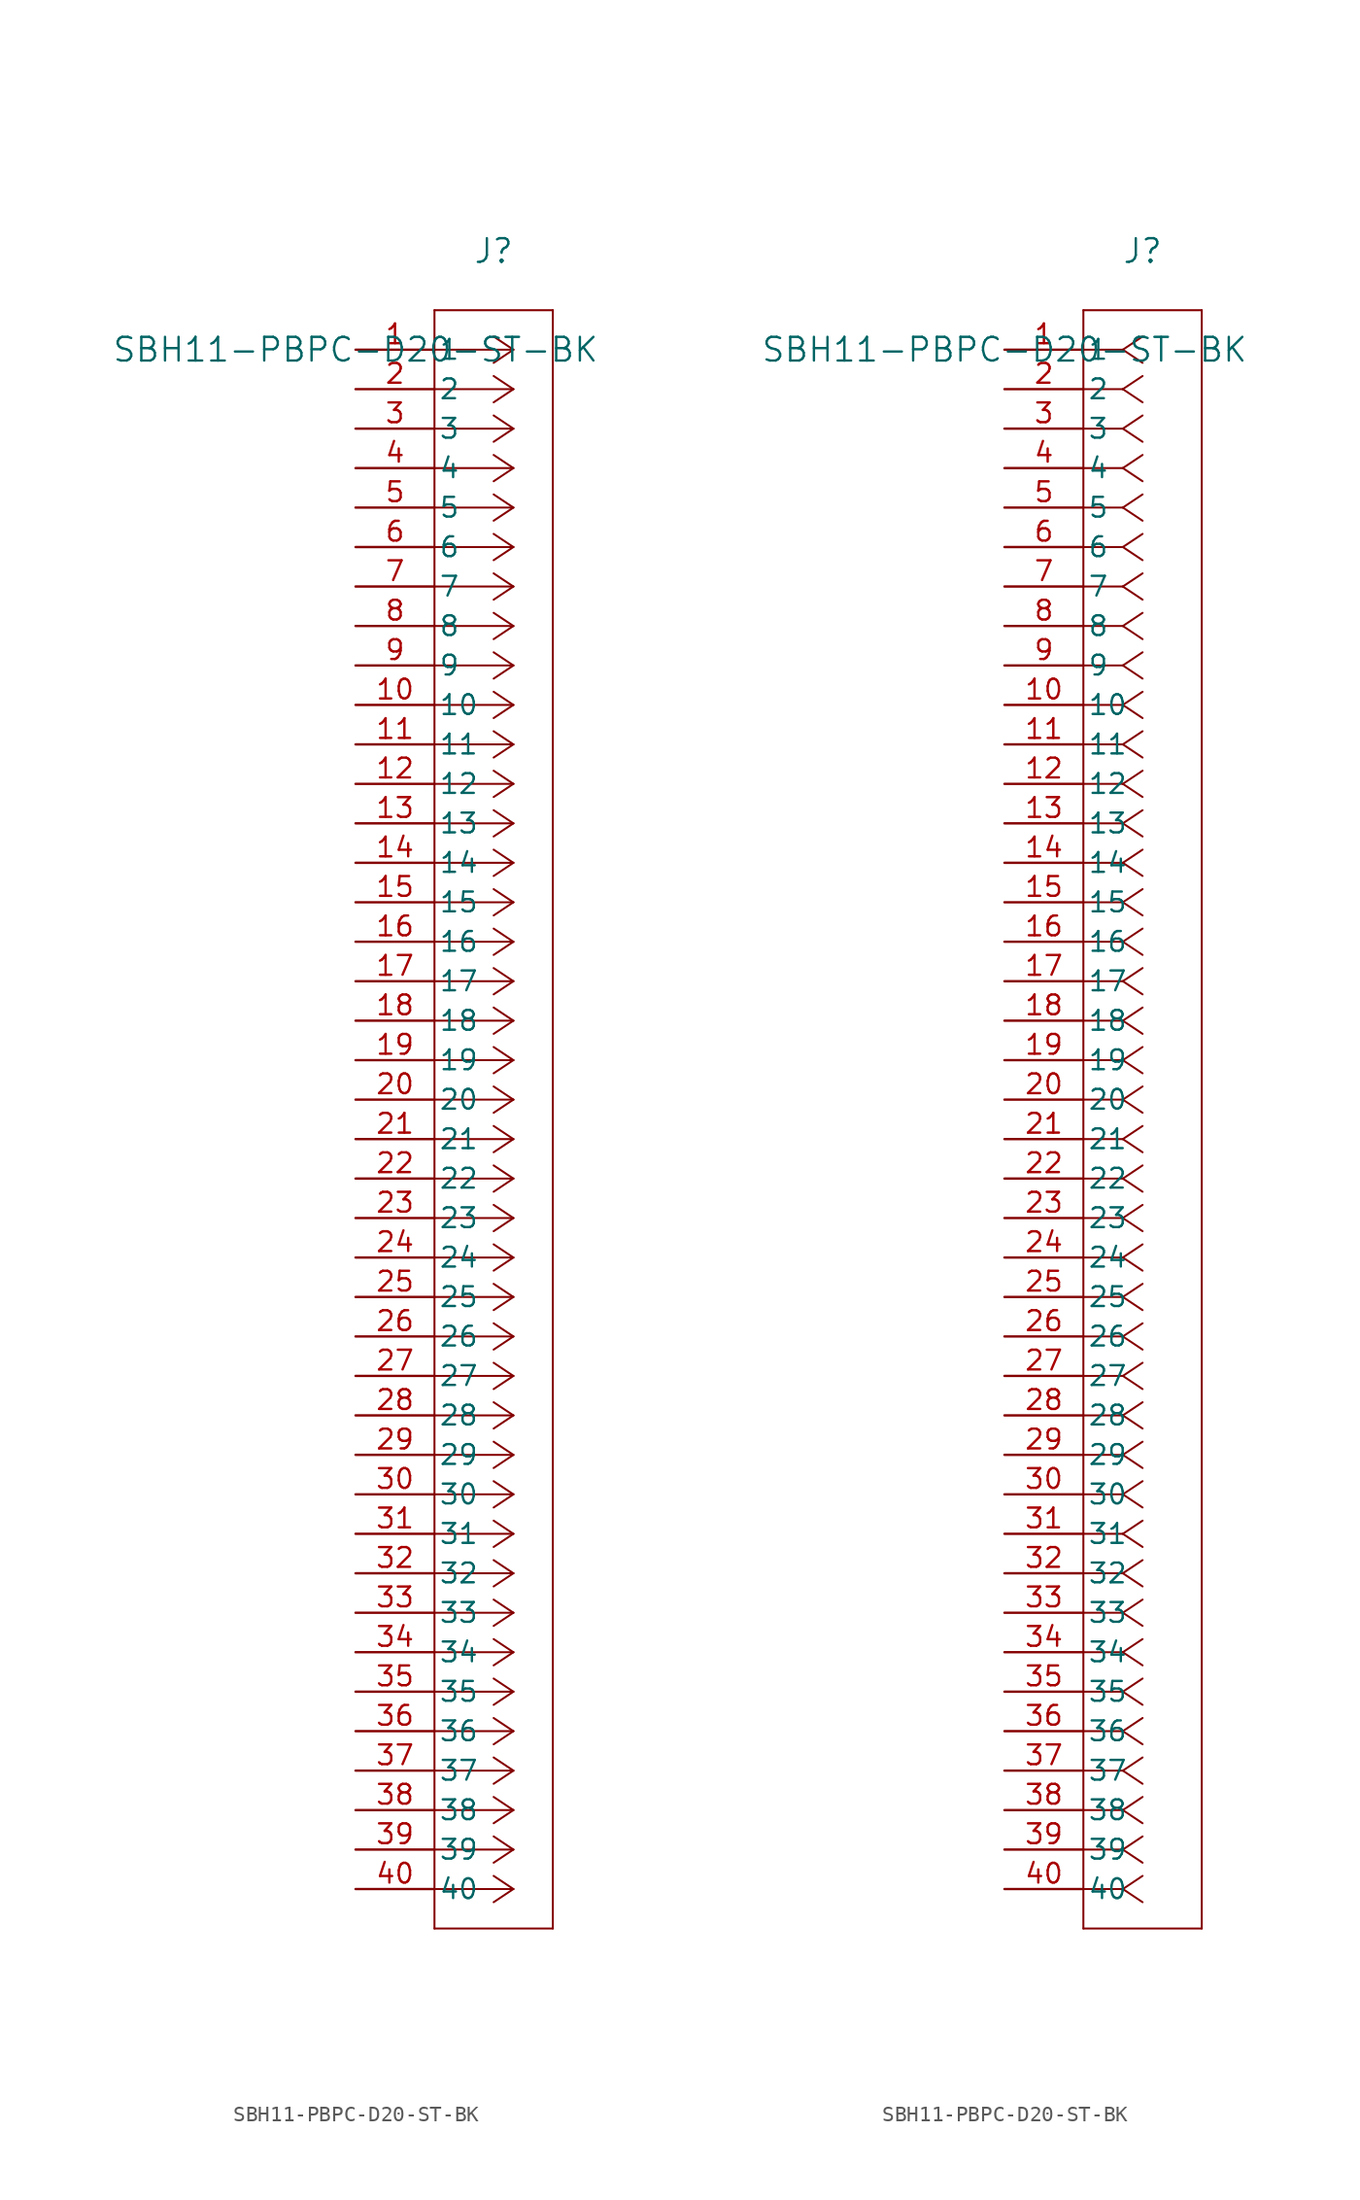
<source format=kicad_sym>
(kicad_symbol_lib
  (version 20231120)
  (generator "kicad_symbol_editor")
  (generator_version "8.0")
  (symbol "SBH11-PBPC-D20-ST-BK"
    (pin_names
      (offset 0.254))
    (property "Reference" "J"
      (at 8.89 6.35 0)
      (effects (font (size 1.524 1.524))))
    (property "Value" "SBH11-PBPC-D20-ST-BK"
      (at 0 0 0)
      (effects (font (size 1.524 1.524))))
    (property "ki_locked" ""
      (at 0 0 0)
      (effects (font (size 1.27 1.27))))
    (symbol "SBH11-PBPC-D20-ST-BK_1_1"
      (polyline (pts (xy 5.08 -101.6) (xy 12.7 -101.6)) (stroke (width 0.127) (type default)) (fill (type none)))
      (polyline (pts (xy 5.08 2.54) (xy 5.08 -101.6)) (stroke (width 0.127) (type default)) (fill (type none)))
      (polyline (pts (xy 10.16 -99.06) (xy 5.08 -99.06)) (stroke (width 0.127) (type default)) (fill (type none)))
      (polyline (pts (xy 10.16 -99.06) (xy 8.89 -99.907)) (stroke (width 0.127) (type default)) (fill (type none)))
      (polyline (pts (xy 10.16 -99.06) (xy 8.89 -98.213)) (stroke (width 0.127) (type default)) (fill (type none)))
      (polyline (pts (xy 10.16 -96.52) (xy 5.08 -96.52)) (stroke (width 0.127) (type default)) (fill (type none)))
      (polyline (pts (xy 10.16 -96.52) (xy 8.89 -97.367)) (stroke (width 0.127) (type default)) (fill (type none)))
      (polyline (pts (xy 10.16 -96.52) (xy 8.89 -95.673)) (stroke (width 0.127) (type default)) (fill (type none)))
      (polyline (pts (xy 10.16 -93.98) (xy 5.08 -93.98)) (stroke (width 0.127) (type default)) (fill (type none)))
      (polyline (pts (xy 10.16 -93.98) (xy 8.89 -94.827)) (stroke (width 0.127) (type default)) (fill (type none)))
      (polyline (pts (xy 10.16 -93.98) (xy 8.89 -93.133)) (stroke (width 0.127) (type default)) (fill (type none)))
      (polyline (pts (xy 10.16 -91.44) (xy 5.08 -91.44)) (stroke (width 0.127) (type default)) (fill (type none)))
      (polyline (pts (xy 10.16 -91.44) (xy 8.89 -92.287)) (stroke (width 0.127) (type default)) (fill (type none)))
      (polyline (pts (xy 10.16 -91.44) (xy 8.89 -90.593)) (stroke (width 0.127) (type default)) (fill (type none)))
      (polyline (pts (xy 10.16 -88.9) (xy 5.08 -88.9)) (stroke (width 0.127) (type default)) (fill (type none)))
      (polyline (pts (xy 10.16 -88.9) (xy 8.89 -89.747)) (stroke (width 0.127) (type default)) (fill (type none)))
      (polyline (pts (xy 10.16 -88.9) (xy 8.89 -88.053)) (stroke (width 0.127) (type default)) (fill (type none)))
      (polyline (pts (xy 10.16 -86.36) (xy 5.08 -86.36)) (stroke (width 0.127) (type default)) (fill (type none)))
      (polyline (pts (xy 10.16 -86.36) (xy 8.89 -87.207)) (stroke (width 0.127) (type default)) (fill (type none)))
      (polyline (pts (xy 10.16 -86.36) (xy 8.89 -85.513)) (stroke (width 0.127) (type default)) (fill (type none)))
      (polyline (pts (xy 10.16 -83.82) (xy 5.08 -83.82)) (stroke (width 0.127) (type default)) (fill (type none)))
      (polyline (pts (xy 10.16 -83.82) (xy 8.89 -84.667)) (stroke (width 0.127) (type default)) (fill (type none)))
      (polyline (pts (xy 10.16 -83.82) (xy 8.89 -82.973)) (stroke (width 0.127) (type default)) (fill (type none)))
      (polyline (pts (xy 10.16 -81.28) (xy 5.08 -81.28)) (stroke (width 0.127) (type default)) (fill (type none)))
      (polyline (pts (xy 10.16 -81.28) (xy 8.89 -82.127)) (stroke (width 0.127) (type default)) (fill (type none)))
      (polyline (pts (xy 10.16 -81.28) (xy 8.89 -80.433)) (stroke (width 0.127) (type default)) (fill (type none)))
      (polyline (pts (xy 10.16 -78.74) (xy 5.08 -78.74)) (stroke (width 0.127) (type default)) (fill (type none)))
      (polyline (pts (xy 10.16 -78.74) (xy 8.89 -79.587)) (stroke (width 0.127) (type default)) (fill (type none)))
      (polyline (pts (xy 10.16 -78.74) (xy 8.89 -77.893)) (stroke (width 0.127) (type default)) (fill (type none)))
      (polyline (pts (xy 10.16 -76.2) (xy 5.08 -76.2)) (stroke (width 0.127) (type default)) (fill (type none)))
      (polyline (pts (xy 10.16 -76.2) (xy 8.89 -77.047)) (stroke (width 0.127) (type default)) (fill (type none)))
      (polyline (pts (xy 10.16 -76.2) (xy 8.89 -75.353)) (stroke (width 0.127) (type default)) (fill (type none)))
      (polyline (pts (xy 10.16 -73.66) (xy 5.08 -73.66)) (stroke (width 0.127) (type default)) (fill (type none)))
      (polyline (pts (xy 10.16 -73.66) (xy 8.89 -74.507)) (stroke (width 0.127) (type default)) (fill (type none)))
      (polyline (pts (xy 10.16 -73.66) (xy 8.89 -72.813)) (stroke (width 0.127) (type default)) (fill (type none)))
      (polyline (pts (xy 10.16 -71.12) (xy 5.08 -71.12)) (stroke (width 0.127) (type default)) (fill (type none)))
      (polyline (pts (xy 10.16 -71.12) (xy 8.89 -71.967)) (stroke (width 0.127) (type default)) (fill (type none)))
      (polyline (pts (xy 10.16 -71.12) (xy 8.89 -70.273)) (stroke (width 0.127) (type default)) (fill (type none)))
      (polyline (pts (xy 10.16 -68.58) (xy 5.08 -68.58)) (stroke (width 0.127) (type default)) (fill (type none)))
      (polyline (pts (xy 10.16 -68.58) (xy 8.89 -69.427)) (stroke (width 0.127) (type default)) (fill (type none)))
      (polyline (pts (xy 10.16 -68.58) (xy 8.89 -67.733)) (stroke (width 0.127) (type default)) (fill (type none)))
      (polyline (pts (xy 10.16 -66.04) (xy 5.08 -66.04)) (stroke (width 0.127) (type default)) (fill (type none)))
      (polyline (pts (xy 10.16 -66.04) (xy 8.89 -66.887)) (stroke (width 0.127) (type default)) (fill (type none)))
      (polyline (pts (xy 10.16 -66.04) (xy 8.89 -65.193)) (stroke (width 0.127) (type default)) (fill (type none)))
      (polyline (pts (xy 10.16 -63.5) (xy 5.08 -63.5)) (stroke (width 0.127) (type default)) (fill (type none)))
      (polyline (pts (xy 10.16 -63.5) (xy 8.89 -64.347)) (stroke (width 0.127) (type default)) (fill (type none)))
      (polyline (pts (xy 10.16 -63.5) (xy 8.89 -62.653)) (stroke (width 0.127) (type default)) (fill (type none)))
      (polyline (pts (xy 10.16 -60.96) (xy 5.08 -60.96)) (stroke (width 0.127) (type default)) (fill (type none)))
      (polyline (pts (xy 10.16 -60.96) (xy 8.89 -61.807)) (stroke (width 0.127) (type default)) (fill (type none)))
      (polyline (pts (xy 10.16 -60.96) (xy 8.89 -60.113)) (stroke (width 0.127) (type default)) (fill (type none)))
      (polyline (pts (xy 10.16 -58.42) (xy 5.08 -58.42)) (stroke (width 0.127) (type default)) (fill (type none)))
      (polyline (pts (xy 10.16 -58.42) (xy 8.89 -59.267)) (stroke (width 0.127) (type default)) (fill (type none)))
      (polyline (pts (xy 10.16 -58.42) (xy 8.89 -57.573)) (stroke (width 0.127) (type default)) (fill (type none)))
      (polyline (pts (xy 10.16 -55.88) (xy 5.08 -55.88)) (stroke (width 0.127) (type default)) (fill (type none)))
      (polyline (pts (xy 10.16 -55.88) (xy 8.89 -56.727)) (stroke (width 0.127) (type default)) (fill (type none)))
      (polyline (pts (xy 10.16 -55.88) (xy 8.89 -55.033)) (stroke (width 0.127) (type default)) (fill (type none)))
      (polyline (pts (xy 10.16 -53.34) (xy 5.08 -53.34)) (stroke (width 0.127) (type default)) (fill (type none)))
      (polyline (pts (xy 10.16 -53.34) (xy 8.89 -54.187)) (stroke (width 0.127) (type default)) (fill (type none)))
      (polyline (pts (xy 10.16 -53.34) (xy 8.89 -52.493)) (stroke (width 0.127) (type default)) (fill (type none)))
      (polyline (pts (xy 10.16 -50.8) (xy 5.08 -50.8)) (stroke (width 0.127) (type default)) (fill (type none)))
      (polyline (pts (xy 10.16 -50.8) (xy 8.89 -51.647)) (stroke (width 0.127) (type default)) (fill (type none)))
      (polyline (pts (xy 10.16 -50.8) (xy 8.89 -49.953)) (stroke (width 0.127) (type default)) (fill (type none)))
      (polyline (pts (xy 10.16 -48.26) (xy 5.08 -48.26)) (stroke (width 0.127) (type default)) (fill (type none)))
      (polyline (pts (xy 10.16 -48.26) (xy 8.89 -49.107)) (stroke (width 0.127) (type default)) (fill (type none)))
      (polyline (pts (xy 10.16 -48.26) (xy 8.89 -47.413)) (stroke (width 0.127) (type default)) (fill (type none)))
      (polyline (pts (xy 10.16 -45.72) (xy 5.08 -45.72)) (stroke (width 0.127) (type default)) (fill (type none)))
      (polyline (pts (xy 10.16 -45.72) (xy 8.89 -46.567)) (stroke (width 0.127) (type default)) (fill (type none)))
      (polyline (pts (xy 10.16 -45.72) (xy 8.89 -44.873)) (stroke (width 0.127) (type default)) (fill (type none)))
      (polyline (pts (xy 10.16 -43.18) (xy 5.08 -43.18)) (stroke (width 0.127) (type default)) (fill (type none)))
      (polyline (pts (xy 10.16 -43.18) (xy 8.89 -44.027)) (stroke (width 0.127) (type default)) (fill (type none)))
      (polyline (pts (xy 10.16 -43.18) (xy 8.89 -42.333)) (stroke (width 0.127) (type default)) (fill (type none)))
      (polyline (pts (xy 10.16 -40.64) (xy 5.08 -40.64)) (stroke (width 0.127) (type default)) (fill (type none)))
      (polyline (pts (xy 10.16 -40.64) (xy 8.89 -41.487)) (stroke (width 0.127) (type default)) (fill (type none)))
      (polyline (pts (xy 10.16 -40.64) (xy 8.89 -39.793)) (stroke (width 0.127) (type default)) (fill (type none)))
      (polyline (pts (xy 10.16 -38.1) (xy 5.08 -38.1)) (stroke (width 0.127) (type default)) (fill (type none)))
      (polyline (pts (xy 10.16 -38.1) (xy 8.89 -38.947)) (stroke (width 0.127) (type default)) (fill (type none)))
      (polyline (pts (xy 10.16 -38.1) (xy 8.89 -37.253)) (stroke (width 0.127) (type default)) (fill (type none)))
      (polyline (pts (xy 10.16 -35.56) (xy 5.08 -35.56)) (stroke (width 0.127) (type default)) (fill (type none)))
      (polyline (pts (xy 10.16 -35.56) (xy 8.89 -36.407)) (stroke (width 0.127) (type default)) (fill (type none)))
      (polyline (pts (xy 10.16 -35.56) (xy 8.89 -34.713)) (stroke (width 0.127) (type default)) (fill (type none)))
      (polyline (pts (xy 10.16 -33.02) (xy 5.08 -33.02)) (stroke (width 0.127) (type default)) (fill (type none)))
      (polyline (pts (xy 10.16 -33.02) (xy 8.89 -33.867)) (stroke (width 0.127) (type default)) (fill (type none)))
      (polyline (pts (xy 10.16 -33.02) (xy 8.89 -32.173)) (stroke (width 0.127) (type default)) (fill (type none)))
      (polyline (pts (xy 10.16 -30.48) (xy 5.08 -30.48)) (stroke (width 0.127) (type default)) (fill (type none)))
      (polyline (pts (xy 10.16 -30.48) (xy 8.89 -31.327)) (stroke (width 0.127) (type default)) (fill (type none)))
      (polyline (pts (xy 10.16 -30.48) (xy 8.89 -29.633)) (stroke (width 0.127) (type default)) (fill (type none)))
      (polyline (pts (xy 10.16 -27.94) (xy 5.08 -27.94)) (stroke (width 0.127) (type default)) (fill (type none)))
      (polyline (pts (xy 10.16 -27.94) (xy 8.89 -28.787)) (stroke (width 0.127) (type default)) (fill (type none)))
      (polyline (pts (xy 10.16 -27.94) (xy 8.89 -27.093)) (stroke (width 0.127) (type default)) (fill (type none)))
      (polyline (pts (xy 10.16 -25.4) (xy 5.08 -25.4)) (stroke (width 0.127) (type default)) (fill (type none)))
      (polyline (pts (xy 10.16 -25.4) (xy 8.89 -26.247)) (stroke (width 0.127) (type default)) (fill (type none)))
      (polyline (pts (xy 10.16 -25.4) (xy 8.89 -24.553)) (stroke (width 0.127) (type default)) (fill (type none)))
      (polyline (pts (xy 10.16 -22.86) (xy 5.08 -22.86)) (stroke (width 0.127) (type default)) (fill (type none)))
      (polyline (pts (xy 10.16 -22.86) (xy 8.89 -23.707)) (stroke (width 0.127) (type default)) (fill (type none)))
      (polyline (pts (xy 10.16 -22.86) (xy 8.89 -22.013)) (stroke (width 0.127) (type default)) (fill (type none)))
      (polyline (pts (xy 10.16 -20.32) (xy 5.08 -20.32)) (stroke (width 0.127) (type default)) (fill (type none)))
      (polyline (pts (xy 10.16 -20.32) (xy 8.89 -21.167)) (stroke (width 0.127) (type default)) (fill (type none)))
      (polyline (pts (xy 10.16 -20.32) (xy 8.89 -19.473)) (stroke (width 0.127) (type default)) (fill (type none)))
      (polyline (pts (xy 10.16 -17.78) (xy 5.08 -17.78)) (stroke (width 0.127) (type default)) (fill (type none)))
      (polyline (pts (xy 10.16 -17.78) (xy 8.89 -18.627)) (stroke (width 0.127) (type default)) (fill (type none)))
      (polyline (pts (xy 10.16 -17.78) (xy 8.89 -16.933)) (stroke (width 0.127) (type default)) (fill (type none)))
      (polyline (pts (xy 10.16 -15.24) (xy 5.08 -15.24)) (stroke (width 0.127) (type default)) (fill (type none)))
      (polyline (pts (xy 10.16 -15.24) (xy 8.89 -16.087)) (stroke (width 0.127) (type default)) (fill (type none)))
      (polyline (pts (xy 10.16 -15.24) (xy 8.89 -14.393)) (stroke (width 0.127) (type default)) (fill (type none)))
      (polyline (pts (xy 10.16 -12.7) (xy 5.08 -12.7)) (stroke (width 0.127) (type default)) (fill (type none)))
      (polyline (pts (xy 10.16 -12.7) (xy 8.89 -13.547)) (stroke (width 0.127) (type default)) (fill (type none)))
      (polyline (pts (xy 10.16 -12.7) (xy 8.89 -11.853)) (stroke (width 0.127) (type default)) (fill (type none)))
      (polyline (pts (xy 10.16 -10.16) (xy 5.08 -10.16)) (stroke (width 0.127) (type default)) (fill (type none)))
      (polyline (pts (xy 10.16 -10.16) (xy 8.89 -11.007)) (stroke (width 0.127) (type default)) (fill (type none)))
      (polyline (pts (xy 10.16 -10.16) (xy 8.89 -9.313)) (stroke (width 0.127) (type default)) (fill (type none)))
      (polyline (pts (xy 10.16 -7.62) (xy 5.08 -7.62)) (stroke (width 0.127) (type default)) (fill (type none)))
      (polyline (pts (xy 10.16 -7.62) (xy 8.89 -8.467)) (stroke (width 0.127) (type default)) (fill (type none)))
      (polyline (pts (xy 10.16 -7.62) (xy 8.89 -6.773)) (stroke (width 0.127) (type default)) (fill (type none)))
      (polyline (pts (xy 10.16 -5.08) (xy 5.08 -5.08)) (stroke (width 0.127) (type default)) (fill (type none)))
      (polyline (pts (xy 10.16 -5.08) (xy 8.89 -5.927)) (stroke (width 0.127) (type default)) (fill (type none)))
      (polyline (pts (xy 10.16 -5.08) (xy 8.89 -4.233)) (stroke (width 0.127) (type default)) (fill (type none)))
      (polyline (pts (xy 10.16 -2.54) (xy 5.08 -2.54)) (stroke (width 0.127) (type default)) (fill (type none)))
      (polyline (pts (xy 10.16 -2.54) (xy 8.89 -3.387)) (stroke (width 0.127) (type default)) (fill (type none)))
      (polyline (pts (xy 10.16 -2.54) (xy 8.89 -1.693)) (stroke (width 0.127) (type default)) (fill (type none)))
      (polyline (pts (xy 10.16 0) (xy 5.08 0)) (stroke (width 0.127) (type default)) (fill (type none)))
      (polyline (pts (xy 10.16 0) (xy 8.89 -0.847)) (stroke (width 0.127) (type default)) (fill (type none)))
      (polyline (pts (xy 10.16 0) (xy 8.89 0.847)) (stroke (width 0.127) (type default)) (fill (type none)))
      (polyline (pts (xy 12.7 -101.6) (xy 12.7 2.54)) (stroke (width 0.127) (type default)) (fill (type none)))
      (polyline (pts (xy 12.7 2.54) (xy 5.08 2.54)) (stroke (width 0.127) (type default)) (fill (type none)))
      (pin unspecified line (at 0 0 0) (length 5.08) (name "1" (effects (font (size 1.27 1.27)))) (number "1" (effects (font (size 1.27 1.27)))))
      (pin unspecified line (at 0 -22.86 0) (length 5.08) (name "10" (effects (font (size 1.27 1.27)))) (number "10" (effects (font (size 1.27 1.27)))))
      (pin unspecified line (at 0 -25.4 0) (length 5.08) (name "11" (effects (font (size 1.27 1.27)))) (number "11" (effects (font (size 1.27 1.27)))))
      (pin unspecified line (at 0 -27.94 0) (length 5.08) (name "12" (effects (font (size 1.27 1.27)))) (number "12" (effects (font (size 1.27 1.27)))))
      (pin unspecified line (at 0 -30.48 0) (length 5.08) (name "13" (effects (font (size 1.27 1.27)))) (number "13" (effects (font (size 1.27 1.27)))))
      (pin unspecified line (at 0 -33.02 0) (length 5.08) (name "14" (effects (font (size 1.27 1.27)))) (number "14" (effects (font (size 1.27 1.27)))))
      (pin unspecified line (at 0 -35.56 0) (length 5.08) (name "15" (effects (font (size 1.27 1.27)))) (number "15" (effects (font (size 1.27 1.27)))))
      (pin unspecified line (at 0 -38.1 0) (length 5.08) (name "16" (effects (font (size 1.27 1.27)))) (number "16" (effects (font (size 1.27 1.27)))))
      (pin unspecified line (at 0 -40.64 0) (length 5.08) (name "17" (effects (font (size 1.27 1.27)))) (number "17" (effects (font (size 1.27 1.27)))))
      (pin unspecified line (at 0 -43.18 0) (length 5.08) (name "18" (effects (font (size 1.27 1.27)))) (number "18" (effects (font (size 1.27 1.27)))))
      (pin unspecified line (at 0 -45.72 0) (length 5.08) (name "19" (effects (font (size 1.27 1.27)))) (number "19" (effects (font (size 1.27 1.27)))))
      (pin unspecified line (at 0 -2.54 0) (length 5.08) (name "2" (effects (font (size 1.27 1.27)))) (number "2" (effects (font (size 1.27 1.27)))))
      (pin unspecified line (at 0 -48.26 0) (length 5.08) (name "20" (effects (font (size 1.27 1.27)))) (number "20" (effects (font (size 1.27 1.27)))))
      (pin unspecified line (at 0 -50.8 0) (length 5.08) (name "21" (effects (font (size 1.27 1.27)))) (number "21" (effects (font (size 1.27 1.27)))))
      (pin unspecified line (at 0 -53.34 0) (length 5.08) (name "22" (effects (font (size 1.27 1.27)))) (number "22" (effects (font (size 1.27 1.27)))))
      (pin unspecified line (at 0 -55.88 0) (length 5.08) (name "23" (effects (font (size 1.27 1.27)))) (number "23" (effects (font (size 1.27 1.27)))))
      (pin unspecified line (at 0 -58.42 0) (length 5.08) (name "24" (effects (font (size 1.27 1.27)))) (number "24" (effects (font (size 1.27 1.27)))))
      (pin unspecified line (at 0 -60.96 0) (length 5.08) (name "25" (effects (font (size 1.27 1.27)))) (number "25" (effects (font (size 1.27 1.27)))))
      (pin unspecified line (at 0 -63.5 0) (length 5.08) (name "26" (effects (font (size 1.27 1.27)))) (number "26" (effects (font (size 1.27 1.27)))))
      (pin unspecified line (at 0 -66.04 0) (length 5.08) (name "27" (effects (font (size 1.27 1.27)))) (number "27" (effects (font (size 1.27 1.27)))))
      (pin unspecified line (at 0 -68.58 0) (length 5.08) (name "28" (effects (font (size 1.27 1.27)))) (number "28" (effects (font (size 1.27 1.27)))))
      (pin unspecified line (at 0 -71.12 0) (length 5.08) (name "29" (effects (font (size 1.27 1.27)))) (number "29" (effects (font (size 1.27 1.27)))))
      (pin unspecified line (at 0 -5.08 0) (length 5.08) (name "3" (effects (font (size 1.27 1.27)))) (number "3" (effects (font (size 1.27 1.27)))))
      (pin unspecified line (at 0 -73.66 0) (length 5.08) (name "30" (effects (font (size 1.27 1.27)))) (number "30" (effects (font (size 1.27 1.27)))))
      (pin unspecified line (at 0 -76.2 0) (length 5.08) (name "31" (effects (font (size 1.27 1.27)))) (number "31" (effects (font (size 1.27 1.27)))))
      (pin unspecified line (at 0 -78.74 0) (length 5.08) (name "32" (effects (font (size 1.27 1.27)))) (number "32" (effects (font (size 1.27 1.27)))))
      (pin unspecified line (at 0 -81.28 0) (length 5.08) (name "33" (effects (font (size 1.27 1.27)))) (number "33" (effects (font (size 1.27 1.27)))))
      (pin unspecified line (at 0 -83.82 0) (length 5.08) (name "34" (effects (font (size 1.27 1.27)))) (number "34" (effects (font (size 1.27 1.27)))))
      (pin unspecified line (at 0 -86.36 0) (length 5.08) (name "35" (effects (font (size 1.27 1.27)))) (number "35" (effects (font (size 1.27 1.27)))))
      (pin unspecified line (at 0 -88.9 0) (length 5.08) (name "36" (effects (font (size 1.27 1.27)))) (number "36" (effects (font (size 1.27 1.27)))))
      (pin unspecified line (at 0 -91.44 0) (length 5.08) (name "37" (effects (font (size 1.27 1.27)))) (number "37" (effects (font (size 1.27 1.27)))))
      (pin unspecified line (at 0 -93.98 0) (length 5.08) (name "38" (effects (font (size 1.27 1.27)))) (number "38" (effects (font (size 1.27 1.27)))))
      (pin unspecified line (at 0 -96.52 0) (length 5.08) (name "39" (effects (font (size 1.27 1.27)))) (number "39" (effects (font (size 1.27 1.27)))))
      (pin unspecified line (at 0 -7.62 0) (length 5.08) (name "4" (effects (font (size 1.27 1.27)))) (number "4" (effects (font (size 1.27 1.27)))))
      (pin unspecified line (at 0 -99.06 0) (length 5.08) (name "40" (effects (font (size 1.27 1.27)))) (number "40" (effects (font (size 1.27 1.27)))))
      (pin unspecified line (at 0 -10.16 0) (length 5.08) (name "5" (effects (font (size 1.27 1.27)))) (number "5" (effects (font (size 1.27 1.27)))))
      (pin unspecified line (at 0 -12.7 0) (length 5.08) (name "6" (effects (font (size 1.27 1.27)))) (number "6" (effects (font (size 1.27 1.27)))))
      (pin unspecified line (at 0 -15.24 0) (length 5.08) (name "7" (effects (font (size 1.27 1.27)))) (number "7" (effects (font (size 1.27 1.27)))))
      (pin unspecified line (at 0 -17.78 0) (length 5.08) (name "8" (effects (font (size 1.27 1.27)))) (number "8" (effects (font (size 1.27 1.27)))))
      (pin unspecified line (at 0 -20.32 0) (length 5.08) (name "9" (effects (font (size 1.27 1.27)))) (number "9" (effects (font (size 1.27 1.27))))))
    (symbol "SBH11-PBPC-D20-ST-BK_1_2"
      (polyline (pts (xy 5.08 -101.6) (xy 12.7 -101.6)) (stroke (width 0.127) (type default)) (fill (type none)))
      (polyline (pts (xy 5.08 2.54) (xy 5.08 -101.6)) (stroke (width 0.127) (type default)) (fill (type none)))
      (polyline (pts (xy 7.62 -99.06) (xy 5.08 -99.06)) (stroke (width 0.127) (type default)) (fill (type none)))
      (polyline (pts (xy 7.62 -99.06) (xy 8.89 -99.907)) (stroke (width 0.127) (type default)) (fill (type none)))
      (polyline (pts (xy 7.62 -99.06) (xy 8.89 -98.213)) (stroke (width 0.127) (type default)) (fill (type none)))
      (polyline (pts (xy 7.62 -96.52) (xy 5.08 -96.52)) (stroke (width 0.127) (type default)) (fill (type none)))
      (polyline (pts (xy 7.62 -96.52) (xy 8.89 -97.367)) (stroke (width 0.127) (type default)) (fill (type none)))
      (polyline (pts (xy 7.62 -96.52) (xy 8.89 -95.673)) (stroke (width 0.127) (type default)) (fill (type none)))
      (polyline (pts (xy 7.62 -93.98) (xy 5.08 -93.98)) (stroke (width 0.127) (type default)) (fill (type none)))
      (polyline (pts (xy 7.62 -93.98) (xy 8.89 -94.827)) (stroke (width 0.127) (type default)) (fill (type none)))
      (polyline (pts (xy 7.62 -93.98) (xy 8.89 -93.133)) (stroke (width 0.127) (type default)) (fill (type none)))
      (polyline (pts (xy 7.62 -91.44) (xy 5.08 -91.44)) (stroke (width 0.127) (type default)) (fill (type none)))
      (polyline (pts (xy 7.62 -91.44) (xy 8.89 -92.287)) (stroke (width 0.127) (type default)) (fill (type none)))
      (polyline (pts (xy 7.62 -91.44) (xy 8.89 -90.593)) (stroke (width 0.127) (type default)) (fill (type none)))
      (polyline (pts (xy 7.62 -88.9) (xy 5.08 -88.9)) (stroke (width 0.127) (type default)) (fill (type none)))
      (polyline (pts (xy 7.62 -88.9) (xy 8.89 -89.747)) (stroke (width 0.127) (type default)) (fill (type none)))
      (polyline (pts (xy 7.62 -88.9) (xy 8.89 -88.053)) (stroke (width 0.127) (type default)) (fill (type none)))
      (polyline (pts (xy 7.62 -86.36) (xy 5.08 -86.36)) (stroke (width 0.127) (type default)) (fill (type none)))
      (polyline (pts (xy 7.62 -86.36) (xy 8.89 -87.207)) (stroke (width 0.127) (type default)) (fill (type none)))
      (polyline (pts (xy 7.62 -86.36) (xy 8.89 -85.513)) (stroke (width 0.127) (type default)) (fill (type none)))
      (polyline (pts (xy 7.62 -83.82) (xy 5.08 -83.82)) (stroke (width 0.127) (type default)) (fill (type none)))
      (polyline (pts (xy 7.62 -83.82) (xy 8.89 -84.667)) (stroke (width 0.127) (type default)) (fill (type none)))
      (polyline (pts (xy 7.62 -83.82) (xy 8.89 -82.973)) (stroke (width 0.127) (type default)) (fill (type none)))
      (polyline (pts (xy 7.62 -81.28) (xy 5.08 -81.28)) (stroke (width 0.127) (type default)) (fill (type none)))
      (polyline (pts (xy 7.62 -81.28) (xy 8.89 -82.127)) (stroke (width 0.127) (type default)) (fill (type none)))
      (polyline (pts (xy 7.62 -81.28) (xy 8.89 -80.433)) (stroke (width 0.127) (type default)) (fill (type none)))
      (polyline (pts (xy 7.62 -78.74) (xy 5.08 -78.74)) (stroke (width 0.127) (type default)) (fill (type none)))
      (polyline (pts (xy 7.62 -78.74) (xy 8.89 -79.587)) (stroke (width 0.127) (type default)) (fill (type none)))
      (polyline (pts (xy 7.62 -78.74) (xy 8.89 -77.893)) (stroke (width 0.127) (type default)) (fill (type none)))
      (polyline (pts (xy 7.62 -76.2) (xy 5.08 -76.2)) (stroke (width 0.127) (type default)) (fill (type none)))
      (polyline (pts (xy 7.62 -76.2) (xy 8.89 -77.047)) (stroke (width 0.127) (type default)) (fill (type none)))
      (polyline (pts (xy 7.62 -76.2) (xy 8.89 -75.353)) (stroke (width 0.127) (type default)) (fill (type none)))
      (polyline (pts (xy 7.62 -73.66) (xy 5.08 -73.66)) (stroke (width 0.127) (type default)) (fill (type none)))
      (polyline (pts (xy 7.62 -73.66) (xy 8.89 -74.507)) (stroke (width 0.127) (type default)) (fill (type none)))
      (polyline (pts (xy 7.62 -73.66) (xy 8.89 -72.813)) (stroke (width 0.127) (type default)) (fill (type none)))
      (polyline (pts (xy 7.62 -71.12) (xy 5.08 -71.12)) (stroke (width 0.127) (type default)) (fill (type none)))
      (polyline (pts (xy 7.62 -71.12) (xy 8.89 -71.967)) (stroke (width 0.127) (type default)) (fill (type none)))
      (polyline (pts (xy 7.62 -71.12) (xy 8.89 -70.273)) (stroke (width 0.127) (type default)) (fill (type none)))
      (polyline (pts (xy 7.62 -68.58) (xy 5.08 -68.58)) (stroke (width 0.127) (type default)) (fill (type none)))
      (polyline (pts (xy 7.62 -68.58) (xy 8.89 -69.427)) (stroke (width 0.127) (type default)) (fill (type none)))
      (polyline (pts (xy 7.62 -68.58) (xy 8.89 -67.733)) (stroke (width 0.127) (type default)) (fill (type none)))
      (polyline (pts (xy 7.62 -66.04) (xy 5.08 -66.04)) (stroke (width 0.127) (type default)) (fill (type none)))
      (polyline (pts (xy 7.62 -66.04) (xy 8.89 -66.887)) (stroke (width 0.127) (type default)) (fill (type none)))
      (polyline (pts (xy 7.62 -66.04) (xy 8.89 -65.193)) (stroke (width 0.127) (type default)) (fill (type none)))
      (polyline (pts (xy 7.62 -63.5) (xy 5.08 -63.5)) (stroke (width 0.127) (type default)) (fill (type none)))
      (polyline (pts (xy 7.62 -63.5) (xy 8.89 -64.347)) (stroke (width 0.127) (type default)) (fill (type none)))
      (polyline (pts (xy 7.62 -63.5) (xy 8.89 -62.653)) (stroke (width 0.127) (type default)) (fill (type none)))
      (polyline (pts (xy 7.62 -60.96) (xy 5.08 -60.96)) (stroke (width 0.127) (type default)) (fill (type none)))
      (polyline (pts (xy 7.62 -60.96) (xy 8.89 -61.807)) (stroke (width 0.127) (type default)) (fill (type none)))
      (polyline (pts (xy 7.62 -60.96) (xy 8.89 -60.113)) (stroke (width 0.127) (type default)) (fill (type none)))
      (polyline (pts (xy 7.62 -58.42) (xy 5.08 -58.42)) (stroke (width 0.127) (type default)) (fill (type none)))
      (polyline (pts (xy 7.62 -58.42) (xy 8.89 -59.267)) (stroke (width 0.127) (type default)) (fill (type none)))
      (polyline (pts (xy 7.62 -58.42) (xy 8.89 -57.573)) (stroke (width 0.127) (type default)) (fill (type none)))
      (polyline (pts (xy 7.62 -55.88) (xy 5.08 -55.88)) (stroke (width 0.127) (type default)) (fill (type none)))
      (polyline (pts (xy 7.62 -55.88) (xy 8.89 -56.727)) (stroke (width 0.127) (type default)) (fill (type none)))
      (polyline (pts (xy 7.62 -55.88) (xy 8.89 -55.033)) (stroke (width 0.127) (type default)) (fill (type none)))
      (polyline (pts (xy 7.62 -53.34) (xy 5.08 -53.34)) (stroke (width 0.127) (type default)) (fill (type none)))
      (polyline (pts (xy 7.62 -53.34) (xy 8.89 -54.187)) (stroke (width 0.127) (type default)) (fill (type none)))
      (polyline (pts (xy 7.62 -53.34) (xy 8.89 -52.493)) (stroke (width 0.127) (type default)) (fill (type none)))
      (polyline (pts (xy 7.62 -50.8) (xy 5.08 -50.8)) (stroke (width 0.127) (type default)) (fill (type none)))
      (polyline (pts (xy 7.62 -50.8) (xy 8.89 -51.647)) (stroke (width 0.127) (type default)) (fill (type none)))
      (polyline (pts (xy 7.62 -50.8) (xy 8.89 -49.953)) (stroke (width 0.127) (type default)) (fill (type none)))
      (polyline (pts (xy 7.62 -48.26) (xy 5.08 -48.26)) (stroke (width 0.127) (type default)) (fill (type none)))
      (polyline (pts (xy 7.62 -48.26) (xy 8.89 -49.107)) (stroke (width 0.127) (type default)) (fill (type none)))
      (polyline (pts (xy 7.62 -48.26) (xy 8.89 -47.413)) (stroke (width 0.127) (type default)) (fill (type none)))
      (polyline (pts (xy 7.62 -45.72) (xy 5.08 -45.72)) (stroke (width 0.127) (type default)) (fill (type none)))
      (polyline (pts (xy 7.62 -45.72) (xy 8.89 -46.567)) (stroke (width 0.127) (type default)) (fill (type none)))
      (polyline (pts (xy 7.62 -45.72) (xy 8.89 -44.873)) (stroke (width 0.127) (type default)) (fill (type none)))
      (polyline (pts (xy 7.62 -43.18) (xy 5.08 -43.18)) (stroke (width 0.127) (type default)) (fill (type none)))
      (polyline (pts (xy 7.62 -43.18) (xy 8.89 -44.027)) (stroke (width 0.127) (type default)) (fill (type none)))
      (polyline (pts (xy 7.62 -43.18) (xy 8.89 -42.333)) (stroke (width 0.127) (type default)) (fill (type none)))
      (polyline (pts (xy 7.62 -40.64) (xy 5.08 -40.64)) (stroke (width 0.127) (type default)) (fill (type none)))
      (polyline (pts (xy 7.62 -40.64) (xy 8.89 -41.487)) (stroke (width 0.127) (type default)) (fill (type none)))
      (polyline (pts (xy 7.62 -40.64) (xy 8.89 -39.793)) (stroke (width 0.127) (type default)) (fill (type none)))
      (polyline (pts (xy 7.62 -38.1) (xy 5.08 -38.1)) (stroke (width 0.127) (type default)) (fill (type none)))
      (polyline (pts (xy 7.62 -38.1) (xy 8.89 -38.947)) (stroke (width 0.127) (type default)) (fill (type none)))
      (polyline (pts (xy 7.62 -38.1) (xy 8.89 -37.253)) (stroke (width 0.127) (type default)) (fill (type none)))
      (polyline (pts (xy 7.62 -35.56) (xy 5.08 -35.56)) (stroke (width 0.127) (type default)) (fill (type none)))
      (polyline (pts (xy 7.62 -35.56) (xy 8.89 -36.407)) (stroke (width 0.127) (type default)) (fill (type none)))
      (polyline (pts (xy 7.62 -35.56) (xy 8.89 -34.713)) (stroke (width 0.127) (type default)) (fill (type none)))
      (polyline (pts (xy 7.62 -33.02) (xy 5.08 -33.02)) (stroke (width 0.127) (type default)) (fill (type none)))
      (polyline (pts (xy 7.62 -33.02) (xy 8.89 -33.867)) (stroke (width 0.127) (type default)) (fill (type none)))
      (polyline (pts (xy 7.62 -33.02) (xy 8.89 -32.173)) (stroke (width 0.127) (type default)) (fill (type none)))
      (polyline (pts (xy 7.62 -30.48) (xy 5.08 -30.48)) (stroke (width 0.127) (type default)) (fill (type none)))
      (polyline (pts (xy 7.62 -30.48) (xy 8.89 -31.327)) (stroke (width 0.127) (type default)) (fill (type none)))
      (polyline (pts (xy 7.62 -30.48) (xy 8.89 -29.633)) (stroke (width 0.127) (type default)) (fill (type none)))
      (polyline (pts (xy 7.62 -27.94) (xy 5.08 -27.94)) (stroke (width 0.127) (type default)) (fill (type none)))
      (polyline (pts (xy 7.62 -27.94) (xy 8.89 -28.787)) (stroke (width 0.127) (type default)) (fill (type none)))
      (polyline (pts (xy 7.62 -27.94) (xy 8.89 -27.093)) (stroke (width 0.127) (type default)) (fill (type none)))
      (polyline (pts (xy 7.62 -25.4) (xy 5.08 -25.4)) (stroke (width 0.127) (type default)) (fill (type none)))
      (polyline (pts (xy 7.62 -25.4) (xy 8.89 -26.247)) (stroke (width 0.127) (type default)) (fill (type none)))
      (polyline (pts (xy 7.62 -25.4) (xy 8.89 -24.553)) (stroke (width 0.127) (type default)) (fill (type none)))
      (polyline (pts (xy 7.62 -22.86) (xy 5.08 -22.86)) (stroke (width 0.127) (type default)) (fill (type none)))
      (polyline (pts (xy 7.62 -22.86) (xy 8.89 -23.707)) (stroke (width 0.127) (type default)) (fill (type none)))
      (polyline (pts (xy 7.62 -22.86) (xy 8.89 -22.013)) (stroke (width 0.127) (type default)) (fill (type none)))
      (polyline (pts (xy 7.62 -20.32) (xy 5.08 -20.32)) (stroke (width 0.127) (type default)) (fill (type none)))
      (polyline (pts (xy 7.62 -20.32) (xy 8.89 -21.167)) (stroke (width 0.127) (type default)) (fill (type none)))
      (polyline (pts (xy 7.62 -20.32) (xy 8.89 -19.473)) (stroke (width 0.127) (type default)) (fill (type none)))
      (polyline (pts (xy 7.62 -17.78) (xy 5.08 -17.78)) (stroke (width 0.127) (type default)) (fill (type none)))
      (polyline (pts (xy 7.62 -17.78) (xy 8.89 -18.627)) (stroke (width 0.127) (type default)) (fill (type none)))
      (polyline (pts (xy 7.62 -17.78) (xy 8.89 -16.933)) (stroke (width 0.127) (type default)) (fill (type none)))
      (polyline (pts (xy 7.62 -15.24) (xy 5.08 -15.24)) (stroke (width 0.127) (type default)) (fill (type none)))
      (polyline (pts (xy 7.62 -15.24) (xy 8.89 -16.087)) (stroke (width 0.127) (type default)) (fill (type none)))
      (polyline (pts (xy 7.62 -15.24) (xy 8.89 -14.393)) (stroke (width 0.127) (type default)) (fill (type none)))
      (polyline (pts (xy 7.62 -12.7) (xy 5.08 -12.7)) (stroke (width 0.127) (type default)) (fill (type none)))
      (polyline (pts (xy 7.62 -12.7) (xy 8.89 -13.547)) (stroke (width 0.127) (type default)) (fill (type none)))
      (polyline (pts (xy 7.62 -12.7) (xy 8.89 -11.853)) (stroke (width 0.127) (type default)) (fill (type none)))
      (polyline (pts (xy 7.62 -10.16) (xy 5.08 -10.16)) (stroke (width 0.127) (type default)) (fill (type none)))
      (polyline (pts (xy 7.62 -10.16) (xy 8.89 -11.007)) (stroke (width 0.127) (type default)) (fill (type none)))
      (polyline (pts (xy 7.62 -10.16) (xy 8.89 -9.313)) (stroke (width 0.127) (type default)) (fill (type none)))
      (polyline (pts (xy 7.62 -7.62) (xy 5.08 -7.62)) (stroke (width 0.127) (type default)) (fill (type none)))
      (polyline (pts (xy 7.62 -7.62) (xy 8.89 -8.467)) (stroke (width 0.127) (type default)) (fill (type none)))
      (polyline (pts (xy 7.62 -7.62) (xy 8.89 -6.773)) (stroke (width 0.127) (type default)) (fill (type none)))
      (polyline (pts (xy 7.62 -5.08) (xy 5.08 -5.08)) (stroke (width 0.127) (type default)) (fill (type none)))
      (polyline (pts (xy 7.62 -5.08) (xy 8.89 -5.927)) (stroke (width 0.127) (type default)) (fill (type none)))
      (polyline (pts (xy 7.62 -5.08) (xy 8.89 -4.233)) (stroke (width 0.127) (type default)) (fill (type none)))
      (polyline (pts (xy 7.62 -2.54) (xy 5.08 -2.54)) (stroke (width 0.127) (type default)) (fill (type none)))
      (polyline (pts (xy 7.62 -2.54) (xy 8.89 -3.387)) (stroke (width 0.127) (type default)) (fill (type none)))
      (polyline (pts (xy 7.62 -2.54) (xy 8.89 -1.693)) (stroke (width 0.127) (type default)) (fill (type none)))
      (polyline (pts (xy 7.62 0) (xy 5.08 0)) (stroke (width 0.127) (type default)) (fill (type none)))
      (polyline (pts (xy 7.62 0) (xy 8.89 -0.847)) (stroke (width 0.127) (type default)) (fill (type none)))
      (polyline (pts (xy 7.62 0) (xy 8.89 0.847)) (stroke (width 0.127) (type default)) (fill (type none)))
      (polyline (pts (xy 12.7 -101.6) (xy 12.7 2.54)) (stroke (width 0.127) (type default)) (fill (type none)))
      (polyline (pts (xy 12.7 2.54) (xy 5.08 2.54)) (stroke (width 0.127) (type default)) (fill (type none)))
      (pin unspecified line (at 0 0 0) (length 5.08) (name "1" (effects (font (size 1.27 1.27)))) (number "1" (effects (font (size 1.27 1.27)))))
      (pin unspecified line (at 0 -22.86 0) (length 5.08) (name "10" (effects (font (size 1.27 1.27)))) (number "10" (effects (font (size 1.27 1.27)))))
      (pin unspecified line (at 0 -25.4 0) (length 5.08) (name "11" (effects (font (size 1.27 1.27)))) (number "11" (effects (font (size 1.27 1.27)))))
      (pin unspecified line (at 0 -27.94 0) (length 5.08) (name "12" (effects (font (size 1.27 1.27)))) (number "12" (effects (font (size 1.27 1.27)))))
      (pin unspecified line (at 0 -30.48 0) (length 5.08) (name "13" (effects (font (size 1.27 1.27)))) (number "13" (effects (font (size 1.27 1.27)))))
      (pin unspecified line (at 0 -33.02 0) (length 5.08) (name "14" (effects (font (size 1.27 1.27)))) (number "14" (effects (font (size 1.27 1.27)))))
      (pin unspecified line (at 0 -35.56 0) (length 5.08) (name "15" (effects (font (size 1.27 1.27)))) (number "15" (effects (font (size 1.27 1.27)))))
      (pin unspecified line (at 0 -38.1 0) (length 5.08) (name "16" (effects (font (size 1.27 1.27)))) (number "16" (effects (font (size 1.27 1.27)))))
      (pin unspecified line (at 0 -40.64 0) (length 5.08) (name "17" (effects (font (size 1.27 1.27)))) (number "17" (effects (font (size 1.27 1.27)))))
      (pin unspecified line (at 0 -43.18 0) (length 5.08) (name "18" (effects (font (size 1.27 1.27)))) (number "18" (effects (font (size 1.27 1.27)))))
      (pin unspecified line (at 0 -45.72 0) (length 5.08) (name "19" (effects (font (size 1.27 1.27)))) (number "19" (effects (font (size 1.27 1.27)))))
      (pin unspecified line (at 0 -2.54 0) (length 5.08) (name "2" (effects (font (size 1.27 1.27)))) (number "2" (effects (font (size 1.27 1.27)))))
      (pin unspecified line (at 0 -48.26 0) (length 5.08) (name "20" (effects (font (size 1.27 1.27)))) (number "20" (effects (font (size 1.27 1.27)))))
      (pin unspecified line (at 0 -50.8 0) (length 5.08) (name "21" (effects (font (size 1.27 1.27)))) (number "21" (effects (font (size 1.27 1.27)))))
      (pin unspecified line (at 0 -53.34 0) (length 5.08) (name "22" (effects (font (size 1.27 1.27)))) (number "22" (effects (font (size 1.27 1.27)))))
      (pin unspecified line (at 0 -55.88 0) (length 5.08) (name "23" (effects (font (size 1.27 1.27)))) (number "23" (effects (font (size 1.27 1.27)))))
      (pin unspecified line (at 0 -58.42 0) (length 5.08) (name "24" (effects (font (size 1.27 1.27)))) (number "24" (effects (font (size 1.27 1.27)))))
      (pin unspecified line (at 0 -60.96 0) (length 5.08) (name "25" (effects (font (size 1.27 1.27)))) (number "25" (effects (font (size 1.27 1.27)))))
      (pin unspecified line (at 0 -63.5 0) (length 5.08) (name "26" (effects (font (size 1.27 1.27)))) (number "26" (effects (font (size 1.27 1.27)))))
      (pin unspecified line (at 0 -66.04 0) (length 5.08) (name "27" (effects (font (size 1.27 1.27)))) (number "27" (effects (font (size 1.27 1.27)))))
      (pin unspecified line (at 0 -68.58 0) (length 5.08) (name "28" (effects (font (size 1.27 1.27)))) (number "28" (effects (font (size 1.27 1.27)))))
      (pin unspecified line (at 0 -71.12 0) (length 5.08) (name "29" (effects (font (size 1.27 1.27)))) (number "29" (effects (font (size 1.27 1.27)))))
      (pin unspecified line (at 0 -5.08 0) (length 5.08) (name "3" (effects (font (size 1.27 1.27)))) (number "3" (effects (font (size 1.27 1.27)))))
      (pin unspecified line (at 0 -73.66 0) (length 5.08) (name "30" (effects (font (size 1.27 1.27)))) (number "30" (effects (font (size 1.27 1.27)))))
      (pin unspecified line (at 0 -76.2 0) (length 5.08) (name "31" (effects (font (size 1.27 1.27)))) (number "31" (effects (font (size 1.27 1.27)))))
      (pin unspecified line (at 0 -78.74 0) (length 5.08) (name "32" (effects (font (size 1.27 1.27)))) (number "32" (effects (font (size 1.27 1.27)))))
      (pin unspecified line (at 0 -81.28 0) (length 5.08) (name "33" (effects (font (size 1.27 1.27)))) (number "33" (effects (font (size 1.27 1.27)))))
      (pin unspecified line (at 0 -83.82 0) (length 5.08) (name "34" (effects (font (size 1.27 1.27)))) (number "34" (effects (font (size 1.27 1.27)))))
      (pin unspecified line (at 0 -86.36 0) (length 5.08) (name "35" (effects (font (size 1.27 1.27)))) (number "35" (effects (font (size 1.27 1.27)))))
      (pin unspecified line (at 0 -88.9 0) (length 5.08) (name "36" (effects (font (size 1.27 1.27)))) (number "36" (effects (font (size 1.27 1.27)))))
      (pin unspecified line (at 0 -91.44 0) (length 5.08) (name "37" (effects (font (size 1.27 1.27)))) (number "37" (effects (font (size 1.27 1.27)))))
      (pin unspecified line (at 0 -93.98 0) (length 5.08) (name "38" (effects (font (size 1.27 1.27)))) (number "38" (effects (font (size 1.27 1.27)))))
      (pin unspecified line (at 0 -96.52 0) (length 5.08) (name "39" (effects (font (size 1.27 1.27)))) (number "39" (effects (font (size 1.27 1.27)))))
      (pin unspecified line (at 0 -7.62 0) (length 5.08) (name "4" (effects (font (size 1.27 1.27)))) (number "4" (effects (font (size 1.27 1.27)))))
      (pin unspecified line (at 0 -99.06 0) (length 5.08) (name "40" (effects (font (size 1.27 1.27)))) (number "40" (effects (font (size 1.27 1.27)))))
      (pin unspecified line (at 0 -10.16 0) (length 5.08) (name "5" (effects (font (size 1.27 1.27)))) (number "5" (effects (font (size 1.27 1.27)))))
      (pin unspecified line (at 0 -12.7 0) (length 5.08) (name "6" (effects (font (size 1.27 1.27)))) (number "6" (effects (font (size 1.27 1.27)))))
      (pin unspecified line (at 0 -15.24 0) (length 5.08) (name "7" (effects (font (size 1.27 1.27)))) (number "7" (effects (font (size 1.27 1.27)))))
      (pin unspecified line (at 0 -17.78 0) (length 5.08) (name "8" (effects (font (size 1.27 1.27)))) (number "8" (effects (font (size 1.27 1.27)))))
      (pin unspecified line (at 0 -20.32 0) (length 5.08) (name "9" (effects (font (size 1.27 1.27)))) (number "9" (effects (font (size 1.27 1.27))))))))
</source>
